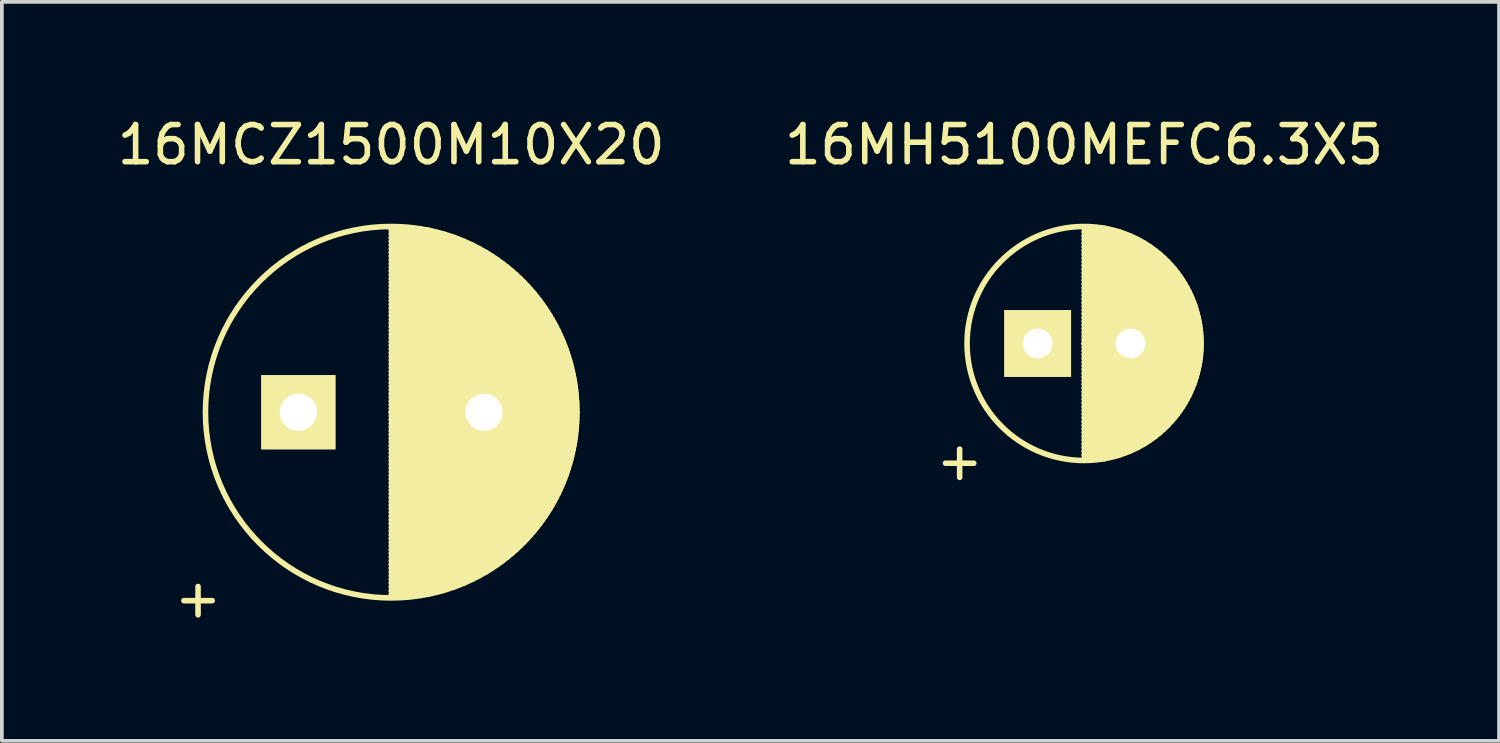
<source format=kicad_pcb>
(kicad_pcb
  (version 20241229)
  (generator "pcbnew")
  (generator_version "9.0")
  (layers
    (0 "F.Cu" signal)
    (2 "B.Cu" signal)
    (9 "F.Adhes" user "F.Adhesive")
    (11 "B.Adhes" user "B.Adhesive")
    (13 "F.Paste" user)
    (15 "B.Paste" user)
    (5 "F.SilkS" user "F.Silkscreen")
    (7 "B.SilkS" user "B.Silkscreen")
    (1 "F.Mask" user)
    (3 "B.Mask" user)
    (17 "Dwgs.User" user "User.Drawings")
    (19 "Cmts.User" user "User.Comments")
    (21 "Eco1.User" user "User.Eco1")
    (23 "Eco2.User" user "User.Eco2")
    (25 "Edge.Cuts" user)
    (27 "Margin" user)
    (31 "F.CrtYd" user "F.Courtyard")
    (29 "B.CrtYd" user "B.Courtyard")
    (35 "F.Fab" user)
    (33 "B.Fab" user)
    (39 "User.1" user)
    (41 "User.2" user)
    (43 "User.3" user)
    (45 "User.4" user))
  (footprint "16MCZ1500M10X20"
    (layer "F.Cu")
    (at 4.982 8.048)
    (property "Reference" "16MCZ1500M10X20" (at 2.5 -7.2 0) (layer "F.SilkS") (effects (font (size 1 1) (thickness 0.15))))
    (attr through_hole)
    (fp_line (start 2.5 -4.9) (end 3.495 -4.9) (stroke (width 0.15) (type solid)) (layer "F.SilkS"))
    (fp_line (start 2.5 -4.8) (end 3.9 -4.8) (stroke (width 0.15) (type solid)) (layer "F.SilkS"))
    (fp_line (start 2.5 -4.7) (end 4.206 -4.7) (stroke (width 0.15) (type solid)) (layer "F.SilkS"))
    (fp_line (start 2.5 -4.6) (end 4.46 -4.6) (stroke (width 0.15) (type solid)) (layer "F.SilkS"))
    (fp_line (start 2.5 -4.5) (end 4.679 -4.5) (stroke (width 0.15) (type solid)) (layer "F.SilkS"))
    (fp_line (start 2.5 -4.4) (end 4.875 -4.4) (stroke (width 0.15) (type solid)) (layer "F.SilkS"))
    (fp_line (start 2.5 -4.3) (end 5.051 -4.3) (stroke (width 0.15) (type solid)) (layer "F.SilkS"))
    (fp_line (start 2.5 -4.2) (end 5.213 -4.2) (stroke (width 0.15) (type solid)) (layer "F.SilkS"))
    (fp_line (start 2.5 -4.1) (end 5.362 -4.1) (stroke (width 0.15) (type solid)) (layer "F.SilkS"))
    (fp_line (start 2.5 -4) (end 5.5 -4) (stroke (width 0.15) (type solid)) (layer "F.SilkS"))
    (fp_line (start 2.5 -3.9) (end 5.629 -3.9) (stroke (width 0.15) (type solid)) (layer "F.SilkS"))
    (fp_line (start 2.5 -3.8) (end 5.75 -3.8) (stroke (width 0.15) (type solid)) (layer "F.SilkS"))
    (fp_line (start 2.5 -3.7) (end 5.863 -3.7) (stroke (width 0.15) (type solid)) (layer "F.SilkS"))
    (fp_line (start 2.5 -3.6) (end 5.97 -3.6) (stroke (width 0.15) (type solid)) (layer "F.SilkS"))
    (fp_line (start 2.5 -3.5) (end 6.071 -3.5) (stroke (width 0.15) (type solid)) (layer "F.SilkS"))
    (fp_line (start 2.5 -3.4) (end 6.166 -3.4) (stroke (width 0.15) (type solid)) (layer "F.SilkS"))
    (fp_line (start 2.5 -3.3) (end 6.256 -3.3) (stroke (width 0.15) (type solid)) (layer "F.SilkS"))
    (fp_line (start 2.5 -3.2) (end 6.342 -3.2) (stroke (width 0.15) (type solid)) (layer "F.SilkS"))
    (fp_line (start 2.5 -3.1) (end 6.423 -3.1) (stroke (width 0.15) (type solid)) (layer "F.SilkS"))
    (fp_line (start 2.5 -3) (end 6.5 -3) (stroke (width 0.15) (type solid)) (layer "F.SilkS"))
    (fp_line (start 2.5 -2.9) (end 6.573 -2.9) (stroke (width 0.15) (type solid)) (layer "F.SilkS"))
    (fp_line (start 2.5 -2.8) (end 6.642 -2.8) (stroke (width 0.15) (type solid)) (layer "F.SilkS"))
    (fp_line (start 2.5 -2.7) (end 6.708 -2.7) (stroke (width 0.15) (type solid)) (layer "F.SilkS"))
    (fp_line (start 2.5 -2.6) (end 6.771 -2.6) (stroke (width 0.15) (type solid)) (layer "F.SilkS"))
    (fp_line (start 2.5 -2.5) (end 6.83 -2.5) (stroke (width 0.15) (type solid)) (layer "F.SilkS"))
    (fp_line (start 2.5 -2.4) (end 6.886 -2.4) (stroke (width 0.15) (type solid)) (layer "F.SilkS"))
    (fp_line (start 2.5 -2.3) (end 6.94 -2.3) (stroke (width 0.15) (type solid)) (layer "F.SilkS"))
    (fp_line (start 2.5 -2.2) (end 6.99 -2.2) (stroke (width 0.15) (type solid)) (layer "F.SilkS"))
    (fp_line (start 2.5 -2.1) (end 7.038 -2.1) (stroke (width 0.15) (type solid)) (layer "F.SilkS"))
    (fp_line (start 2.5 -2) (end 7.083 -2) (stroke (width 0.15) (type solid)) (layer "F.SilkS"))
    (fp_line (start 2.5 -1.9) (end 7.125 -1.9) (stroke (width 0.15) (type solid)) (layer "F.SilkS"))
    (fp_line (start 2.5 -1.8) (end 7.165 -1.8) (stroke (width 0.15) (type solid)) (layer "F.SilkS"))
    (fp_line (start 2.5 -1.7) (end 7.202 -1.7) (stroke (width 0.15) (type solid)) (layer "F.SilkS"))
    (fp_line (start 2.5 -1.6) (end 7.237 -1.6) (stroke (width 0.15) (type solid)) (layer "F.SilkS"))
    (fp_line (start 2.5 -1.5) (end 7.27 -1.5) (stroke (width 0.15) (type solid)) (layer "F.SilkS"))
    (fp_line (start 2.5 -1.4) (end 7.3 -1.4) (stroke (width 0.15) (type solid)) (layer "F.SilkS"))
    (fp_line (start 2.5 -1.3) (end 7.328 -1.3) (stroke (width 0.15) (type solid)) (layer "F.SilkS"))
    (fp_line (start 2.5 -1.2) (end 7.354 -1.2) (stroke (width 0.15) (type solid)) (layer "F.SilkS"))
    (fp_line (start 2.5 -1.1) (end 7.377 -1.1) (stroke (width 0.15) (type solid)) (layer "F.SilkS"))
    (fp_line (start 2.5 -1) (end 7.399 -1) (stroke (width 0.15) (type solid)) (layer "F.SilkS"))
    (fp_line (start 2.5 -0.9) (end 7.418 -0.9) (stroke (width 0.15) (type solid)) (layer "F.SilkS"))
    (fp_line (start 2.5 -0.8) (end 7.436 -0.8) (stroke (width 0.15) (type solid)) (layer "F.SilkS"))
    (fp_line (start 2.5 -0.7) (end 7.451 -0.7) (stroke (width 0.15) (type solid)) (layer "F.SilkS"))
    (fp_line (start 2.5 -0.6) (end 7.464 -0.6) (stroke (width 0.15) (type solid)) (layer "F.SilkS"))
    (fp_line (start 2.5 -0.5) (end 7.475 -0.5) (stroke (width 0.15) (type solid)) (layer "F.SilkS"))
    (fp_line (start 2.5 -0.4) (end 7.484 -0.4) (stroke (width 0.15) (type solid)) (layer "F.SilkS"))
    (fp_line (start 2.5 -0.3) (end 7.491 -0.3) (stroke (width 0.15) (type solid)) (layer "F.SilkS"))
    (fp_line (start 2.5 -0.2) (end 7.496 -0.2) (stroke (width 0.15) (type solid)) (layer "F.SilkS"))
    (fp_line (start 2.5 -0.1) (end 7.499 -0.1) (stroke (width 0.15) (type solid)) (layer "F.SilkS"))
    (fp_line (start 2.5 0) (end 7.5 0) (stroke (width 0.15) (type solid)) (layer "F.SilkS"))
    (fp_line (start 2.5 0) (end 7.5 0) (stroke (width 0.15) (type solid)) (layer "F.SilkS"))
    (fp_line (start 2.5 0.1) (end 7.499 0.1) (stroke (width 0.15) (type solid)) (layer "F.SilkS"))
    (fp_line (start 2.5 0.2) (end 7.496 0.2) (stroke (width 0.15) (type solid)) (layer "F.SilkS"))
    (fp_line (start 2.5 0.3) (end 7.491 0.3) (stroke (width 0.15) (type solid)) (layer "F.SilkS"))
    (fp_line (start 2.5 0.4) (end 7.484 0.4) (stroke (width 0.15) (type solid)) (layer "F.SilkS"))
    (fp_line (start 2.5 0.5) (end 7.475 0.5) (stroke (width 0.15) (type solid)) (layer "F.SilkS"))
    (fp_line (start 2.5 0.6) (end 7.464 0.6) (stroke (width 0.15) (type solid)) (layer "F.SilkS"))
    (fp_line (start 2.5 0.7) (end 7.451 0.7) (stroke (width 0.15) (type solid)) (layer "F.SilkS"))
    (fp_line (start 2.5 0.8) (end 7.436 0.8) (stroke (width 0.15) (type solid)) (layer "F.SilkS"))
    (fp_line (start 2.5 0.9) (end 7.418 0.9) (stroke (width 0.15) (type solid)) (layer "F.SilkS"))
    (fp_line (start 2.5 1) (end 7.399 1) (stroke (width 0.15) (type solid)) (layer "F.SilkS"))
    (fp_line (start 2.5 1.1) (end 7.377 1.1) (stroke (width 0.15) (type solid)) (layer "F.SilkS"))
    (fp_line (start 2.5 1.2) (end 7.354 1.2) (stroke (width 0.15) (type solid)) (layer "F.SilkS"))
    (fp_line (start 2.5 1.3) (end 7.328 1.3) (stroke (width 0.15) (type solid)) (layer "F.SilkS"))
    (fp_line (start 2.5 1.4) (end 7.3 1.4) (stroke (width 0.15) (type solid)) (layer "F.SilkS"))
    (fp_line (start 2.5 1.5) (end 7.27 1.5) (stroke (width 0.15) (type solid)) (layer "F.SilkS"))
    (fp_line (start 2.5 1.6) (end 7.237 1.6) (stroke (width 0.15) (type solid)) (layer "F.SilkS"))
    (fp_line (start 2.5 1.7) (end 7.202 1.7) (stroke (width 0.15) (type solid)) (layer "F.SilkS"))
    (fp_line (start 2.5 1.8) (end 7.165 1.8) (stroke (width 0.15) (type solid)) (layer "F.SilkS"))
    (fp_line (start 2.5 1.9) (end 7.125 1.9) (stroke (width 0.15) (type solid)) (layer "F.SilkS"))
    (fp_line (start 2.5 2) (end 7.083 2) (stroke (width 0.15) (type solid)) (layer "F.SilkS"))
    (fp_line (start 2.5 2.1) (end 7.038 2.1) (stroke (width 0.15) (type solid)) (layer "F.SilkS"))
    (fp_line (start 2.5 2.2) (end 6.99 2.2) (stroke (width 0.15) (type solid)) (layer "F.SilkS"))
    (fp_line (start 2.5 2.3) (end 6.94 2.3) (stroke (width 0.15) (type solid)) (layer "F.SilkS"))
    (fp_line (start 2.5 2.4) (end 6.886 2.4) (stroke (width 0.15) (type solid)) (layer "F.SilkS"))
    (fp_line (start 2.5 2.5) (end 6.83 2.5) (stroke (width 0.15) (type solid)) (layer "F.SilkS"))
    (fp_line (start 2.5 2.6) (end 6.771 2.6) (stroke (width 0.15) (type solid)) (layer "F.SilkS"))
    (fp_line (start 2.5 2.7) (end 6.708 2.7) (stroke (width 0.15) (type solid)) (layer "F.SilkS"))
    (fp_line (start 2.5 2.8) (end 6.642 2.8) (stroke (width 0.15) (type solid)) (layer "F.SilkS"))
    (fp_line (start 2.5 2.9) (end 6.573 2.9) (stroke (width 0.15) (type solid)) (layer "F.SilkS"))
    (fp_line (start 2.5 3) (end 6.5 3) (stroke (width 0.15) (type solid)) (layer "F.SilkS"))
    (fp_line (start 2.5 3.1) (end 6.423 3.1) (stroke (width 0.15) (type solid)) (layer "F.SilkS"))
    (fp_line (start 2.5 3.2) (end 6.342 3.2) (stroke (width 0.15) (type solid)) (layer "F.SilkS"))
    (fp_line (start 2.5 3.3) (end 6.256 3.3) (stroke (width 0.15) (type solid)) (layer "F.SilkS"))
    (fp_line (start 2.5 3.4) (end 6.166 3.4) (stroke (width 0.15) (type solid)) (layer "F.SilkS"))
    (fp_line (start 2.5 3.5) (end 6.071 3.5) (stroke (width 0.15) (type solid)) (layer "F.SilkS"))
    (fp_line (start 2.5 3.6) (end 5.97 3.6) (stroke (width 0.15) (type solid)) (layer "F.SilkS"))
    (fp_line (start 2.5 3.7) (end 5.863 3.7) (stroke (width 0.15) (type solid)) (layer "F.SilkS"))
    (fp_line (start 2.5 3.8) (end 5.75 3.8) (stroke (width 0.15) (type solid)) (layer "F.SilkS"))
    (fp_line (start 2.5 3.9) (end 5.629 3.9) (stroke (width 0.15) (type solid)) (layer "F.SilkS"))
    (fp_line (start 2.5 4) (end 5.5 4) (stroke (width 0.15) (type solid)) (layer "F.SilkS"))
    (fp_line (start 2.5 4.1) (end 5.362 4.1) (stroke (width 0.15) (type solid)) (layer "F.SilkS"))
    (fp_line (start 2.5 4.2) (end 5.213 4.2) (stroke (width 0.15) (type solid)) (layer "F.SilkS"))
    (fp_line (start 2.5 4.3) (end 5.051 4.3) (stroke (width 0.15) (type solid)) (layer "F.SilkS"))
    (fp_line (start 2.5 4.4) (end 4.875 4.4) (stroke (width 0.15) (type solid)) (layer "F.SilkS"))
    (fp_line (start 2.5 4.5) (end 4.679 4.5) (stroke (width 0.15) (type solid)) (layer "F.SilkS"))
    (fp_line (start 2.5 4.6) (end 4.46 4.6) (stroke (width 0.15) (type solid)) (layer "F.SilkS"))
    (fp_line (start 2.5 4.7) (end 4.206 4.7) (stroke (width 0.15) (type solid)) (layer "F.SilkS"))
    (fp_line (start 2.5 4.8) (end 3.9 4.8) (stroke (width 0.15) (type solid)) (layer "F.SilkS"))
    (fp_line (start 2.5 4.9) (end 3.495 4.9) (stroke (width 0.15) (type solid)) (layer "F.SilkS"))
    (fp_circle (center 2.5 0) (end 2.5 -5) (stroke (width 0.15) (type solid)) (fill no) (layer "F.SilkS"))
    (fp_text user "+" (at -2.7 5 0) (layer "F.SilkS") (effects (font (size 1 1) (thickness 0.15))))
    (pad "1" thru_hole rect (at 0 0) (size 2 2) (drill 1) (layers "*.Cu" "*.Mask" "F.SilkS"))
    (pad "2" thru_hole circle (at 5 0) (size 2 2) (drill 1) (layers "*.Cu" "*.Mask" "F.SilkS")))
  (footprint "16MH5100MEFC6.3X5"
    (layer "F.Cu")
    (at 24.887 6.198)
    (property "Reference" "16MH5100MEFC6.3X5" (at 1.25 -5.35 0) (layer "F.SilkS") (effects (font (size 1 1) (thickness 0.15))))
    (attr through_hole)
    (fp_line (start 1.25 -3.1) (end 1.809 -3.1) (stroke (width 0.15) (type solid)) (layer "F.SilkS"))
    (fp_line (start 1.25 -3) (end 2.21 -3) (stroke (width 0.15) (type solid)) (layer "F.SilkS"))
    (fp_line (start 1.25 -2.9) (end 2.48 -2.9) (stroke (width 0.15) (type solid)) (layer "F.SilkS"))
    (fp_line (start 1.25 -2.8) (end 2.693 -2.8) (stroke (width 0.15) (type solid)) (layer "F.SilkS"))
    (fp_line (start 1.25 -2.7) (end 2.872 -2.7) (stroke (width 0.15) (type solid)) (layer "F.SilkS"))
    (fp_line (start 1.25 -2.6) (end 3.028 -2.6) (stroke (width 0.15) (type solid)) (layer "F.SilkS"))
    (fp_line (start 1.25 -2.5) (end 3.166 -2.5) (stroke (width 0.15) (type solid)) (layer "F.SilkS"))
    (fp_line (start 1.25 -2.4) (end 3.29 -2.4) (stroke (width 0.15) (type solid)) (layer "F.SilkS"))
    (fp_line (start 1.25 -2.3) (end 3.402 -2.3) (stroke (width 0.15) (type solid)) (layer "F.SilkS"))
    (fp_line (start 1.25 -2.2) (end 3.504 -2.2) (stroke (width 0.15) (type solid)) (layer "F.SilkS"))
    (fp_line (start 1.25 -2.1) (end 3.598 -2.1) (stroke (width 0.15) (type solid)) (layer "F.SilkS"))
    (fp_line (start 1.25 -2) (end 3.684 -2) (stroke (width 0.15) (type solid)) (layer "F.SilkS"))
    (fp_line (start 1.25 -1.9) (end 3.762 -1.9) (stroke (width 0.15) (type solid)) (layer "F.SilkS"))
    (fp_line (start 1.25 -1.8) (end 3.835 -1.8) (stroke (width 0.15) (type solid)) (layer "F.SilkS"))
    (fp_line (start 1.25 -1.7) (end 3.902 -1.7) (stroke (width 0.15) (type solid)) (layer "F.SilkS"))
    (fp_line (start 1.25 -1.6) (end 3.963 -1.6) (stroke (width 0.15) (type solid)) (layer "F.SilkS"))
    (fp_line (start 1.25 -1.5) (end 4.02 -1.5) (stroke (width 0.15) (type solid)) (layer "F.SilkS"))
    (fp_line (start 1.25 -1.4) (end 4.072 -1.4) (stroke (width 0.15) (type solid)) (layer "F.SilkS"))
    (fp_line (start 1.25 -1.3) (end 4.119 -1.3) (stroke (width 0.15) (type solid)) (layer "F.SilkS"))
    (fp_line (start 1.25 -1.2) (end 4.162 -1.2) (stroke (width 0.15) (type solid)) (layer "F.SilkS"))
    (fp_line (start 1.25 -1.1) (end 4.202 -1.1) (stroke (width 0.15) (type solid)) (layer "F.SilkS"))
    (fp_line (start 1.25 -1) (end 4.237 -1) (stroke (width 0.15) (type solid)) (layer "F.SilkS"))
    (fp_line (start 1.25 -0.9) (end 4.269 -0.9) (stroke (width 0.15) (type solid)) (layer "F.SilkS"))
    (fp_line (start 1.25 -0.8) (end 4.297 -0.8) (stroke (width 0.15) (type solid)) (layer "F.SilkS"))
    (fp_line (start 1.25 -0.7) (end 4.321 -0.7) (stroke (width 0.15) (type solid)) (layer "F.SilkS"))
    (fp_line (start 1.25 -0.6) (end 4.342 -0.6) (stroke (width 0.15) (type solid)) (layer "F.SilkS"))
    (fp_line (start 1.25 -0.5) (end 4.36 -0.5) (stroke (width 0.15) (type solid)) (layer "F.SilkS"))
    (fp_line (start 1.25 -0.4) (end 4.375 -0.4) (stroke (width 0.15) (type solid)) (layer "F.SilkS"))
    (fp_line (start 1.25 -0.3) (end 4.386 -0.3) (stroke (width 0.15) (type solid)) (layer "F.SilkS"))
    (fp_line (start 1.25 -0.2) (end 4.394 -0.2) (stroke (width 0.15) (type solid)) (layer "F.SilkS"))
    (fp_line (start 1.25 -0.1) (end 4.398 -0.1) (stroke (width 0.15) (type solid)) (layer "F.SilkS"))
    (fp_line (start 1.25 0) (end 4.4 0) (stroke (width 0.15) (type solid)) (layer "F.SilkS"))
    (fp_line (start 1.25 0) (end 4.4 0) (stroke (width 0.15) (type solid)) (layer "F.SilkS"))
    (fp_line (start 1.25 0.1) (end 4.398 0.1) (stroke (width 0.15) (type solid)) (layer "F.SilkS"))
    (fp_line (start 1.25 0.2) (end 4.394 0.2) (stroke (width 0.15) (type solid)) (layer "F.SilkS"))
    (fp_line (start 1.25 0.3) (end 4.386 0.3) (stroke (width 0.15) (type solid)) (layer "F.SilkS"))
    (fp_line (start 1.25 0.4) (end 4.375 0.4) (stroke (width 0.15) (type solid)) (layer "F.SilkS"))
    (fp_line (start 1.25 0.5) (end 4.36 0.5) (stroke (width 0.15) (type solid)) (layer "F.SilkS"))
    (fp_line (start 1.25 0.6) (end 4.342 0.6) (stroke (width 0.15) (type solid)) (layer "F.SilkS"))
    (fp_line (start 1.25 0.7) (end 4.321 0.7) (stroke (width 0.15) (type solid)) (layer "F.SilkS"))
    (fp_line (start 1.25 0.8) (end 4.297 0.8) (stroke (width 0.15) (type solid)) (layer "F.SilkS"))
    (fp_line (start 1.25 0.9) (end 4.269 0.9) (stroke (width 0.15) (type solid)) (layer "F.SilkS"))
    (fp_line (start 1.25 1) (end 4.237 1) (stroke (width 0.15) (type solid)) (layer "F.SilkS"))
    (fp_line (start 1.25 1.1) (end 4.202 1.1) (stroke (width 0.15) (type solid)) (layer "F.SilkS"))
    (fp_line (start 1.25 1.2) (end 4.162 1.2) (stroke (width 0.15) (type solid)) (layer "F.SilkS"))
    (fp_line (start 1.25 1.3) (end 4.119 1.3) (stroke (width 0.15) (type solid)) (layer "F.SilkS"))
    (fp_line (start 1.25 1.4) (end 4.072 1.4) (stroke (width 0.15) (type solid)) (layer "F.SilkS"))
    (fp_line (start 1.25 1.5) (end 4.02 1.5) (stroke (width 0.15) (type solid)) (layer "F.SilkS"))
    (fp_line (start 1.25 1.6) (end 3.963 1.6) (stroke (width 0.15) (type solid)) (layer "F.SilkS"))
    (fp_line (start 1.25 1.7) (end 3.902 1.7) (stroke (width 0.15) (type solid)) (layer "F.SilkS"))
    (fp_line (start 1.25 1.8) (end 3.835 1.8) (stroke (width 0.15) (type solid)) (layer "F.SilkS"))
    (fp_line (start 1.25 1.9) (end 3.762 1.9) (stroke (width 0.15) (type solid)) (layer "F.SilkS"))
    (fp_line (start 1.25 2) (end 3.684 2) (stroke (width 0.15) (type solid)) (layer "F.SilkS"))
    (fp_line (start 1.25 2.1) (end 3.598 2.1) (stroke (width 0.15) (type solid)) (layer "F.SilkS"))
    (fp_line (start 1.25 2.2) (end 3.504 2.2) (stroke (width 0.15) (type solid)) (layer "F.SilkS"))
    (fp_line (start 1.25 2.3) (end 3.402 2.3) (stroke (width 0.15) (type solid)) (layer "F.SilkS"))
    (fp_line (start 1.25 2.4) (end 3.29 2.4) (stroke (width 0.15) (type solid)) (layer "F.SilkS"))
    (fp_line (start 1.25 2.5) (end 3.166 2.5) (stroke (width 0.15) (type solid)) (layer "F.SilkS"))
    (fp_line (start 1.25 2.6) (end 3.028 2.6) (stroke (width 0.15) (type solid)) (layer "F.SilkS"))
    (fp_line (start 1.25 2.7) (end 2.872 2.7) (stroke (width 0.15) (type solid)) (layer "F.SilkS"))
    (fp_line (start 1.25 2.8) (end 2.693 2.8) (stroke (width 0.15) (type solid)) (layer "F.SilkS"))
    (fp_line (start 1.25 2.9) (end 2.48 2.9) (stroke (width 0.15) (type solid)) (layer "F.SilkS"))
    (fp_line (start 1.25 3) (end 2.21 3) (stroke (width 0.15) (type solid)) (layer "F.SilkS"))
    (fp_line (start 1.25 3.1) (end 1.809 3.1) (stroke (width 0.15) (type solid)) (layer "F.SilkS"))
    (fp_circle (center 1.25 0) (end 1.25 -3.15) (stroke (width 0.15) (type solid)) (fill no) (layer "F.SilkS"))
    (fp_text user "+" (at -2.1 3.15 0) (layer "F.SilkS") (effects (font (size 1 1) (thickness 0.15))))
    (pad "1" thru_hole rect (at 0 0) (size 1.8 1.8) (drill 0.8) (layers "*.Cu" "*.Mask" "F.SilkS"))
    (pad "2" thru_hole circle (at 2.5 0) (size 1.8 1.8) (drill 0.8) (layers "*.Cu" "*.Mask" "F.SilkS")))
  (gr_rect
    (start -3 -3)
    (end 37.31 16.896)
    (stroke (width 0.1) (type default))
    (fill no)
    (layer "Edge.Cuts")))
</source>
